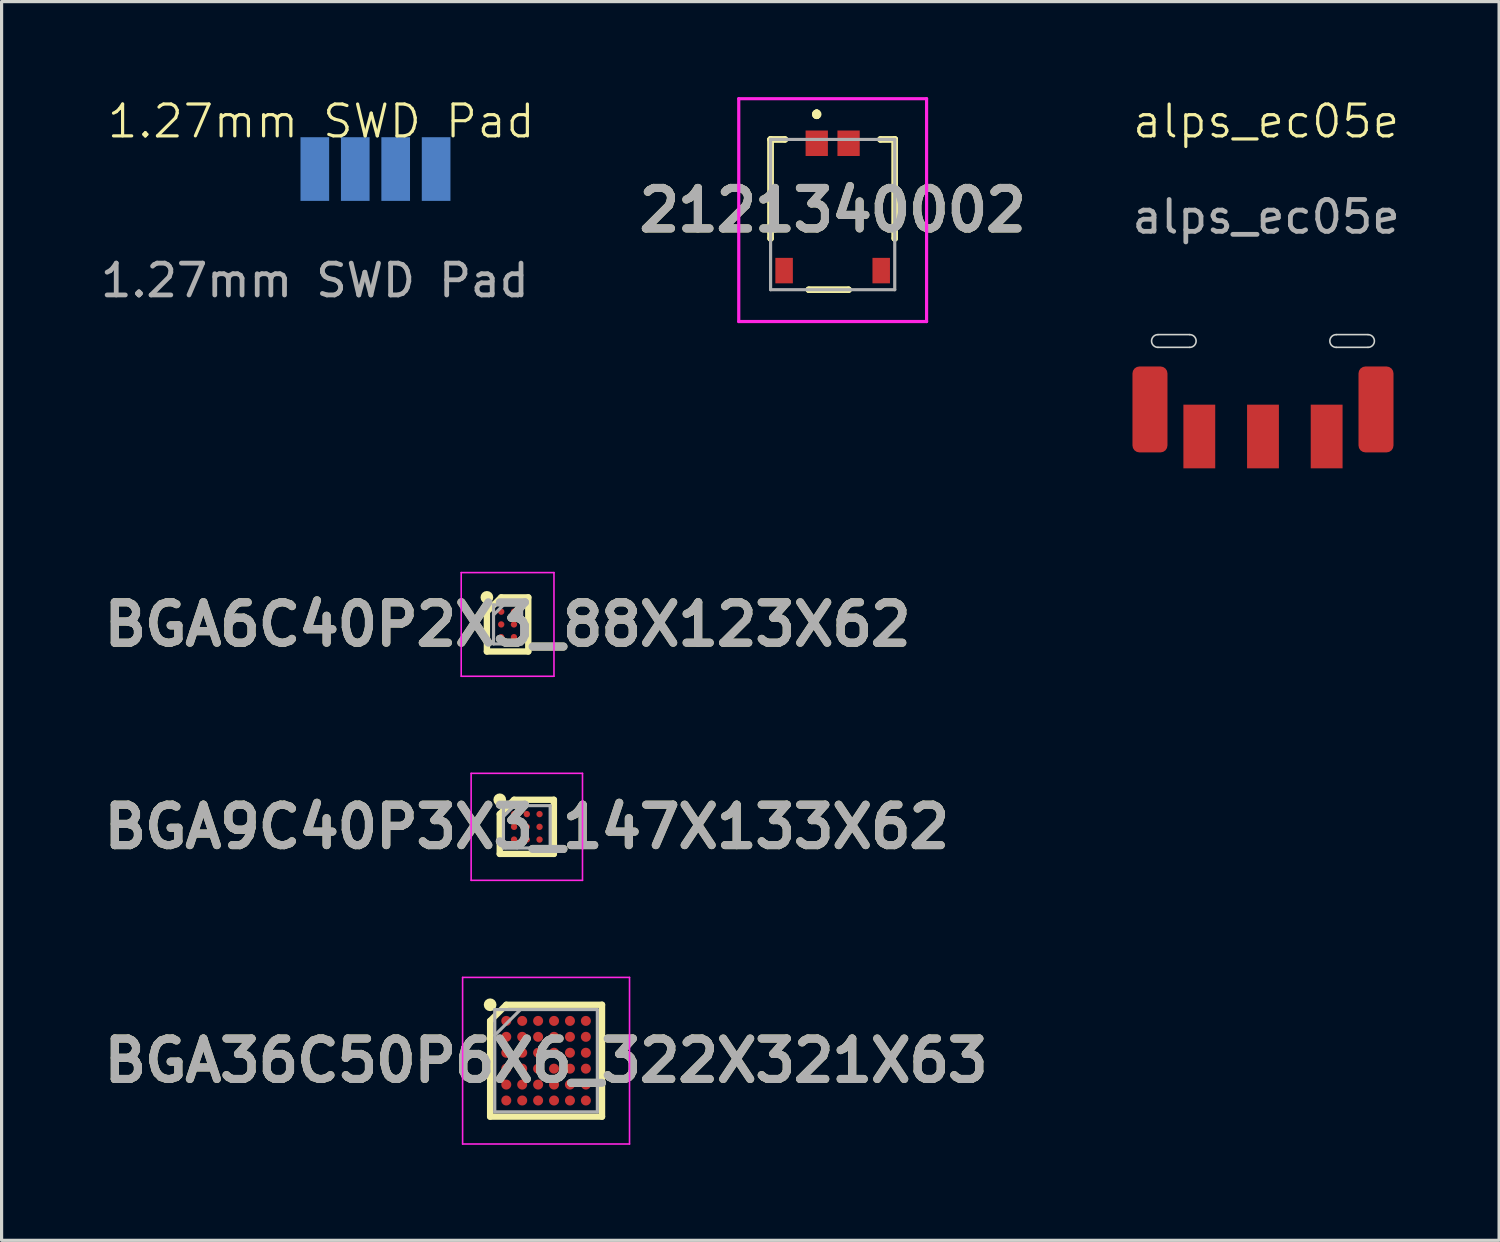
<source format=kicad_pcb>
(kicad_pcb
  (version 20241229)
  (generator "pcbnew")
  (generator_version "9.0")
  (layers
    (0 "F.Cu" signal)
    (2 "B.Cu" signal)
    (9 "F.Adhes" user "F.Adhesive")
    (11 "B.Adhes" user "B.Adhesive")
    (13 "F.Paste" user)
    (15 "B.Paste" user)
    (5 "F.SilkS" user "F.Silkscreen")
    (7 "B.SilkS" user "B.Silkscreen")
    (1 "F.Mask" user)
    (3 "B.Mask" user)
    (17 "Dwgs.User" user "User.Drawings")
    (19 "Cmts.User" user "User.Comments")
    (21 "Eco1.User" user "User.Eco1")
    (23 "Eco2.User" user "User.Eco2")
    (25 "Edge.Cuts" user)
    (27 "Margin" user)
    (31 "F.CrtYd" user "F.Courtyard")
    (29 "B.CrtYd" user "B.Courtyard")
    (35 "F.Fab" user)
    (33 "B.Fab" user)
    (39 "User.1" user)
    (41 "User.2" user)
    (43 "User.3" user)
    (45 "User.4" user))
  (footprint "BGA36C50P6X6_322X321X63"
    (layer "F.Cu")
    (at 14.103 30.268)
    (property "Reference" "BGA36C50P6X6_322X321X63" (at 0 0 0) (layer "F.SilkS") (effects (font (size 1.27 1.27) (thickness 0.254))))
    (attr smd)
    (fp_line (start -1.757 -1.25) (end -1.25 -1.757) (stroke (width 0.2) (type solid)) (layer "F.SilkS"))
    (fp_line (start -1.757 1.757) (end -1.757 -1.25) (stroke (width 0.2) (type solid)) (layer "F.SilkS"))
    (fp_line (start -1.25 -1.757) (end 1.757 -1.757) (stroke (width 0.2) (type solid)) (layer "F.SilkS"))
    (fp_line (start 1.757 -1.757) (end 1.757 1.757) (stroke (width 0.2) (type solid)) (layer "F.SilkS"))
    (fp_line (start 1.757 1.757) (end -1.757 1.757) (stroke (width 0.2) (type solid)) (layer "F.SilkS"))
    (fp_circle (center -1.757 -1.757) (end -1.757 -1.657) (stroke (width 0.2) (type solid)) (fill no) (layer "F.SilkS"))
    (fp_line (start -2.622 -2.616) (end 2.621 -2.616) (stroke (width 0.05) (type solid)) (layer "F.CrtYd"))
    (fp_line (start -2.622 2.617) (end -2.622 -2.616) (stroke (width 0.05) (type solid)) (layer "F.CrtYd"))
    (fp_line (start 2.621 -2.616) (end 2.621 2.617) (stroke (width 0.05) (type solid)) (layer "F.CrtYd"))
    (fp_line (start 2.621 2.617) (end -2.622 2.617) (stroke (width 0.05) (type solid)) (layer "F.CrtYd"))
    (fp_line (start -1.612 -1.606) (end 1.611 -1.606) (stroke (width 0.1) (type solid)) (layer "F.Fab"))
    (fp_line (start -1.612 -0.798) (end -0.804 -1.606) (stroke (width 0.1) (type solid)) (layer "F.Fab"))
    (fp_line (start -1.612 1.607) (end -1.612 -1.606) (stroke (width 0.1) (type solid)) (layer "F.Fab"))
    (fp_line (start 1.611 -1.606) (end 1.611 1.607) (stroke (width 0.1) (type solid)) (layer "F.Fab"))
    (fp_line (start 1.611 1.607) (end -1.612 1.607) (stroke (width 0.1) (type solid)) (layer "F.Fab"))
    (fp_text user "${REFERENCE}" (at 0 0 0) (layer "F.Fab") (effects (font (size 1.27 1.27) (thickness 0.254))))
    (pad "A1" smd circle (at -1.25 -1.25 90) (size 0.314 0.314) (layers "F.Cu" "F.Mask" "F.Paste"))
    (pad "A2" smd circle (at -0.75 -1.25 90) (size 0.314 0.314) (layers "F.Cu" "F.Mask" "F.Paste"))
    (pad "A3" smd circle (at -0.25 -1.25 90) (size 0.314 0.314) (layers "F.Cu" "F.Mask" "F.Paste"))
    (pad "A4" smd circle (at 0.25 -1.25 90) (size 0.314 0.314) (layers "F.Cu" "F.Mask" "F.Paste"))
    (pad "A5" smd circle (at 0.75 -1.25 90) (size 0.314 0.314) (layers "F.Cu" "F.Mask" "F.Paste"))
    (pad "A6" smd circle (at 1.25 -1.25 90) (size 0.314 0.314) (layers "F.Cu" "F.Mask" "F.Paste"))
    (pad "B1" smd circle (at -1.25 -0.75 90) (size 0.314 0.314) (layers "F.Cu" "F.Mask" "F.Paste"))
    (pad "B2" smd circle (at -0.75 -0.75 90) (size 0.314 0.314) (layers "F.Cu" "F.Mask" "F.Paste"))
    (pad "B3" smd circle (at -0.25 -0.75 90) (size 0.314 0.314) (layers "F.Cu" "F.Mask" "F.Paste"))
    (pad "B4" smd circle (at 0.25 -0.75 90) (size 0.314 0.314) (layers "F.Cu" "F.Mask" "F.Paste"))
    (pad "B5" smd circle (at 0.75 -0.75 90) (size 0.314 0.314) (layers "F.Cu" "F.Mask" "F.Paste"))
    (pad "B6" smd circle (at 1.25 -0.75 90) (size 0.314 0.314) (layers "F.Cu" "F.Mask" "F.Paste"))
    (pad "C1" smd circle (at -1.25 -0.25 90) (size 0.314 0.314) (layers "F.Cu" "F.Mask" "F.Paste"))
    (pad "C2" smd circle (at -0.75 -0.25 90) (size 0.314 0.314) (layers "F.Cu" "F.Mask" "F.Paste"))
    (pad "C3" smd circle (at -0.25 -0.25 90) (size 0.314 0.314) (layers "F.Cu" "F.Mask" "F.Paste"))
    (pad "C4" smd circle (at 0.25 -0.25 90) (size 0.314 0.314) (layers "F.Cu" "F.Mask" "F.Paste"))
    (pad "C5" smd circle (at 0.75 -0.25 90) (size 0.314 0.314) (layers "F.Cu" "F.Mask" "F.Paste"))
    (pad "C6" smd circle (at 1.25 -0.25 90) (size 0.314 0.314) (layers "F.Cu" "F.Mask" "F.Paste"))
    (pad "D1" smd circle (at -1.25 0.25 90) (size 0.314 0.314) (layers "F.Cu" "F.Mask" "F.Paste"))
    (pad "D2" smd circle (at -0.75 0.25 90) (size 0.314 0.314) (layers "F.Cu" "F.Mask" "F.Paste"))
    (pad "D3" smd circle (at -0.25 0.25 90) (size 0.314 0.314) (layers "F.Cu" "F.Mask" "F.Paste"))
    (pad "D4" smd circle (at 0.25 0.25 90) (size 0.314 0.314) (layers "F.Cu" "F.Mask" "F.Paste"))
    (pad "D5" smd circle (at 0.75 0.25 90) (size 0.314 0.314) (layers "F.Cu" "F.Mask" "F.Paste"))
    (pad "D6" smd circle (at 1.25 0.25 90) (size 0.314 0.314) (layers "F.Cu" "F.Mask" "F.Paste"))
    (pad "E1" smd circle (at -1.25 0.75 90) (size 0.314 0.314) (layers "F.Cu" "F.Mask" "F.Paste"))
    (pad "E2" smd circle (at -0.75 0.75 90) (size 0.314 0.314) (layers "F.Cu" "F.Mask" "F.Paste"))
    (pad "E3" smd circle (at -0.25 0.75 90) (size 0.314 0.314) (layers "F.Cu" "F.Mask" "F.Paste"))
    (pad "E4" smd circle (at 0.25 0.75 90) (size 0.314 0.314) (layers "F.Cu" "F.Mask" "F.Paste"))
    (pad "E5" smd circle (at 0.75 0.75 90) (size 0.314 0.314) (layers "F.Cu" "F.Mask" "F.Paste"))
    (pad "E6" smd circle (at 1.25 0.75 90) (size 0.314 0.314) (layers "F.Cu" "F.Mask" "F.Paste"))
    (pad "F1" smd circle (at -1.25 1.25 90) (size 0.314 0.314) (layers "F.Cu" "F.Mask" "F.Paste"))
    (pad "F2" smd circle (at -0.75 1.25 90) (size 0.314 0.314) (layers "F.Cu" "F.Mask" "F.Paste"))
    (pad "F3" smd circle (at -0.25 1.25 90) (size 0.314 0.314) (layers "F.Cu" "F.Mask" "F.Paste"))
    (pad "F4" smd circle (at 0.25 1.25 90) (size 0.314 0.314) (layers "F.Cu" "F.Mask" "F.Paste"))
    (pad "F5" smd circle (at 0.75 1.25 90) (size 0.314 0.314) (layers "F.Cu" "F.Mask" "F.Paste"))
    (pad "F6" smd circle (at 1.25 1.25 90) (size 0.314 0.314) (layers "F.Cu" "F.Mask" "F.Paste")))
  (footprint "BGA9C40P3X3_147X133X62"
    (layer "F.Cu")
    (at 13.498 22.922)
    (property "Reference" "BGA9C40P3X3_147X133X62" (at 0 0 0) (layer "F.SilkS") (effects (font (size 1.27 1.27) (thickness 0.254))))
    (attr smd)
    (fp_line (start -0.85 -0.4) (end -0.4 -0.85) (stroke (width 0.2) (type solid)) (layer "F.SilkS"))
    (fp_line (start -0.85 0.85) (end -0.85 -0.4) (stroke (width 0.2) (type solid)) (layer "F.SilkS"))
    (fp_line (start -0.4 -0.85) (end 0.85 -0.85) (stroke (width 0.2) (type solid)) (layer "F.SilkS"))
    (fp_line (start 0.85 -0.85) (end 0.85 0.85) (stroke (width 0.2) (type solid)) (layer "F.SilkS"))
    (fp_line (start 0.85 0.85) (end -0.85 0.85) (stroke (width 0.2) (type solid)) (layer "F.SilkS"))
    (fp_circle (center -0.85 -0.85) (end -0.85 -0.75) (stroke (width 0.2) (type solid)) (fill no) (layer "F.SilkS"))
    (fp_line (start -1.749 -1.68) (end 1.749 -1.68) (stroke (width 0.05) (type solid)) (layer "F.CrtYd"))
    (fp_line (start -1.749 1.681) (end -1.749 -1.68) (stroke (width 0.05) (type solid)) (layer "F.CrtYd"))
    (fp_line (start 1.749 -1.68) (end 1.749 1.681) (stroke (width 0.05) (type solid)) (layer "F.CrtYd"))
    (fp_line (start 1.749 1.681) (end -1.749 1.681) (stroke (width 0.05) (type solid)) (layer "F.CrtYd"))
    (fp_line (start -0.734 -0.666) (end 0.734 -0.666) (stroke (width 0.1) (type solid)) (layer "F.Fab"))
    (fp_line (start -0.734 -0.325) (end -0.394 -0.665) (stroke (width 0.1) (type solid)) (layer "F.Fab"))
    (fp_line (start -0.734 0.665) (end -0.734 -0.666) (stroke (width 0.1) (type solid)) (layer "F.Fab"))
    (fp_line (start 0.734 -0.666) (end 0.734 0.665) (stroke (width 0.1) (type solid)) (layer "F.Fab"))
    (fp_line (start 0.734 0.665) (end -0.734 0.665) (stroke (width 0.1) (type solid)) (layer "F.Fab"))
    (fp_text user "${REFERENCE}" (at 0 0 0) (layer "F.Fab") (effects (font (size 1.27 1.27) (thickness 0.254))))
    (pad "A1" smd circle (at -0.4 -0.4 90) (size 0.2 0.2) (layers "F.Cu" "F.Mask" "F.Paste"))
    (pad "A2" smd circle (at 0 -0.4 90) (size 0.2 0.2) (layers "F.Cu" "F.Mask" "F.Paste"))
    (pad "A3" smd circle (at 0.4 -0.4 90) (size 0.2 0.2) (layers "F.Cu" "F.Mask" "F.Paste"))
    (pad "B1" smd circle (at -0.4 0 90) (size 0.2 0.2) (layers "F.Cu" "F.Mask" "F.Paste"))
    (pad "B2" smd circle (at 0 0 90) (size 0.2 0.2) (layers "F.Cu" "F.Mask" "F.Paste"))
    (pad "B3" smd circle (at 0.4 0 90) (size 0.2 0.2) (layers "F.Cu" "F.Mask" "F.Paste"))
    (pad "C1" smd circle (at -0.4 0.4 90) (size 0.2 0.2) (layers "F.Cu" "F.Mask" "F.Paste"))
    (pad "C2" smd circle (at 0 0.4 90) (size 0.2 0.2) (layers "F.Cu" "F.Mask" "F.Paste"))
    (pad "C3" smd circle (at 0.4 0.4 90) (size 0.2 0.2) (layers "F.Cu" "F.Mask" "F.Paste")))
  (footprint "1.27mm SWD Pad"
    (layer "F.Cu")
    (at 6.839 3.26)
    (property "Reference" "1.27mm SWD Pad" (at 0.2 -2.5 0) (unlocked yes) (layer "F.SilkS") (effects (font (size 1 1) (thickness 0.1))))
    (attr smd)
    (fp_text user "${REFERENCE}" (at 0 2.5 0) (unlocked yes) (layer "F.Fab") (effects (font (size 1 1) (thickness 0.15))))
    (pad "1" smd rect (at 0 -1) (size 0.9 2) (layers "B.Cu" "B.Mask" "B.Paste"))
    (pad "2" smd rect (at 1.27 -1) (size 0.9 2) (layers "B.Cu" "B.Mask" "B.Paste"))
    (pad "3" smd rect (at 2.54 -1) (size 0.9 2) (layers "B.Cu" "B.Mask" "B.Paste"))
    (pad "4" smd rect (at 3.81 -1) (size 0.9 2) (layers "B.Cu" "B.Mask" "B.Paste")))
  (footprint "alps_ec05e"
    (layer "F.Cu")
    (at 36.622 11.661)
    (property "Reference" "alps_ec05e" (at 0.1 -10.9 0) (unlocked yes) (layer "F.SilkS") (effects (font (size 1 1) (thickness 0.1))))
    (attr smd)
    (fp_line (start -3.3 -4.2) (end -2.3 -4.2) (stroke (width 0.05) (type default)) (layer "Edge.Cuts"))
    (fp_line (start -3.3 -3.8) (end -2.3 -3.8) (stroke (width 0.05) (type default)) (layer "Edge.Cuts"))
    (fp_line (start 3.3 -4.2) (end 2.3 -4.2) (stroke (width 0.05) (type default)) (layer "Edge.Cuts"))
    (fp_line (start 3.3 -3.8) (end 2.3 -3.8) (stroke (width 0.05) (type default)) (layer "Edge.Cuts"))
    (fp_arc (start -3.3 -3.8) (mid -3.5 -4) (end -3.3 -4.2) (stroke (width 0.05) (type default)) (layer "Edge.Cuts"))
    (fp_arc (start -2.3 -4.2) (mid -2.1 -4) (end -2.3 -3.8) (stroke (width 0.05) (type default)) (layer "Edge.Cuts"))
    (fp_arc (start 2.3 -3.8) (mid 2.1 -4) (end 2.3 -4.2) (stroke (width 0.05) (type default)) (layer "Edge.Cuts"))
    (fp_arc (start 3.3 -4.2) (mid 3.5 -4) (end 3.3 -3.8) (stroke (width 0.05) (type default)) (layer "Edge.Cuts"))
    (fp_text user "${REFERENCE}" (at 0.1 -7.9 0) (unlocked yes) (layer "F.Fab") (effects (font (size 1 1) (thickness 0.15))))
    (pad "4" smd roundrect (at -3.55 -1.85) (size 1.1 2.7) (layers "F.Cu" "F.Mask" "F.Paste") (roundrect_rratio 0.2))
    (pad "5" smd roundrect (at 3.55 -1.85) (size 1.1 2.7) (layers "F.Cu" "F.Mask" "F.Paste") (roundrect_rratio 0.2))
    (pad "A" smd rect (at -2 -1) (size 1 2) (layers "F.Cu" "F.Mask" "F.Paste"))
    (pad "B" smd rect (at 2 -1) (size 1 2) (layers "F.Cu" "F.Mask" "F.Paste"))
    (pad "C" smd rect (at 0 -1) (size 1 2) (layers "F.Cu" "F.Mask" "F.Paste")))
  (footprint "2121340002"
    (layer "F.Cu")
    (at 23.105 3.69)
    (property "Reference" "2121340002" (at 0 -0.14 0) (layer "F.SilkS") (effects (font (size 1.27 1.27) (thickness 0.254))))
    (attr smd)
    (fp_line (start -1.95 -2.36) (end -1.95 -2.36) (stroke (width 0.2) (type solid)) (layer "F.SilkS"))
    (fp_line (start -1.95 -2.36) (end -1.95 -2.36) (stroke (width 0.2) (type solid)) (layer "F.SilkS"))
    (fp_line (start -1.95 -2.36) (end -1.95 0.75) (stroke (width 0.2) (type solid)) (layer "F.SilkS"))
    (fp_line (start -1.95 -2.36) (end -1.5 -2.36) (stroke (width 0.2) (type solid)) (layer "F.SilkS"))
    (fp_line (start -1.95 0.75) (end -1.95 -2.36) (stroke (width 0.2) (type solid)) (layer "F.SilkS"))
    (fp_line (start -1.95 0.75) (end -1.95 0.75) (stroke (width 0.2) (type solid)) (layer "F.SilkS"))
    (fp_line (start -1.5 -2.36) (end -1.95 -2.36) (stroke (width 0.2) (type solid)) (layer "F.SilkS"))
    (fp_line (start -1.5 -2.36) (end -1.5 -2.36) (stroke (width 0.2) (type solid)) (layer "F.SilkS"))
    (fp_line (start -0.75 2.36) (end -0.75 2.36) (stroke (width 0.2) (type solid)) (layer "F.SilkS"))
    (fp_line (start -0.75 2.36) (end 0.5 2.36) (stroke (width 0.2) (type solid)) (layer "F.SilkS"))
    (fp_line (start -0.5 -3.2) (end -0.5 -3.2) (stroke (width 0.2) (type solid)) (layer "F.SilkS"))
    (fp_line (start -0.5 -3.2) (end -0.5 -3.2) (stroke (width 0.2) (type solid)) (layer "F.SilkS"))
    (fp_line (start -0.5 -3.1) (end -0.5 -3.1) (stroke (width 0.2) (type solid)) (layer "F.SilkS"))
    (fp_line (start 0.5 2.36) (end -0.75 2.36) (stroke (width 0.2) (type solid)) (layer "F.SilkS"))
    (fp_line (start 0.5 2.36) (end 0.5 2.36) (stroke (width 0.2) (type solid)) (layer "F.SilkS"))
    (fp_line (start 1.5 -2.36) (end 1.5 -2.36) (stroke (width 0.2) (type solid)) (layer "F.SilkS"))
    (fp_line (start 1.5 -2.36) (end 1.95 -2.36) (stroke (width 0.2) (type solid)) (layer "F.SilkS"))
    (fp_line (start 1.95 -2.36) (end 1.5 -2.36) (stroke (width 0.2) (type solid)) (layer "F.SilkS"))
    (fp_line (start 1.95 -2.36) (end 1.95 -2.36) (stroke (width 0.2) (type solid)) (layer "F.SilkS"))
    (fp_line (start 1.95 -2.36) (end 1.95 -2.36) (stroke (width 0.2) (type solid)) (layer "F.SilkS"))
    (fp_line (start 1.95 -2.36) (end 1.95 0.75) (stroke (width 0.2) (type solid)) (layer "F.SilkS"))
    (fp_line (start 1.95 0.75) (end 1.95 -2.36) (stroke (width 0.2) (type solid)) (layer "F.SilkS"))
    (fp_line (start 1.95 0.75) (end 1.95 0.75) (stroke (width 0.2) (type solid)) (layer "F.SilkS"))
    (fp_arc (start -0.5 -3.2) (mid -0.45 -3.15) (end -0.5 -3.1) (stroke (width 0.2) (type solid)) (layer "F.SilkS"))
    (fp_arc (start -0.5 -3.1) (mid -0.55 -3.15) (end -0.5 -3.2) (stroke (width 0.2) (type solid)) (layer "F.SilkS"))
    (fp_arc (start -0.5 -3.1) (mid -0.55 -3.15) (end -0.5 -3.2) (stroke (width 0.2) (type solid)) (layer "F.SilkS"))
    (fp_line (start -2.95 -3.64) (end 2.95 -3.64) (stroke (width 0.1) (type solid)) (layer "F.CrtYd"))
    (fp_line (start -2.95 3.36) (end -2.95 -3.64) (stroke (width 0.1) (type solid)) (layer "F.CrtYd"))
    (fp_line (start 2.95 -3.64) (end 2.95 3.36) (stroke (width 0.1) (type solid)) (layer "F.CrtYd"))
    (fp_line (start 2.95 3.36) (end -2.95 3.36) (stroke (width 0.1) (type solid)) (layer "F.CrtYd"))
    (fp_line (start -1.95 -2.36) (end -1.95 2.36) (stroke (width 0.1) (type solid)) (layer "F.Fab"))
    (fp_line (start -1.95 2.36) (end 1.95 2.36) (stroke (width 0.1) (type solid)) (layer "F.Fab"))
    (fp_line (start 1.95 -2.36) (end -1.95 -2.36) (stroke (width 0.1) (type solid)) (layer "F.Fab"))
    (fp_line (start 1.95 2.36) (end 1.95 -2.36) (stroke (width 0.1) (type solid)) (layer "F.Fab"))
    (fp_text user "${REFERENCE}" (at 0 -0.14 0) (layer "F.Fab") (effects (font (size 1.27 1.27) (thickness 0.254))))
    (pad "1" smd rect (at -0.5 -2.24) (size 0.7 0.8) (layers "F.Cu" "F.Mask" "F.Paste"))
    (pad "2" smd rect (at 0.5 -2.24) (size 0.7 0.8) (layers "F.Cu" "F.Mask" "F.Paste"))
    (pad "MP1" smd rect (at -1.525 1.76) (size 0.55 0.8) (layers "F.Cu" "F.Mask" "F.Paste"))
    (pad "MP2" smd rect (at 1.525 1.76) (size 0.55 0.8) (layers "F.Cu" "F.Mask" "F.Paste")))
  (footprint "BGA6C40P2X3_88X123X62"
    (layer "F.Cu")
    (at 12.894 16.564)
    (property "Reference" "BGA6C40P2X3_88X123X62" (at 0 0 0) (layer "F.SilkS") (effects (font (size 1.27 1.27) (thickness 0.254))))
    (attr smd)
    (fp_line (start -0.65 -0.4) (end -0.2 -0.85) (stroke (width 0.2) (type solid)) (layer "F.SilkS"))
    (fp_line (start -0.65 0.85) (end -0.65 -0.4) (stroke (width 0.2) (type solid)) (layer "F.SilkS"))
    (fp_line (start -0.2 -0.85) (end 0.65 -0.85) (stroke (width 0.2) (type solid)) (layer "F.SilkS"))
    (fp_line (start 0.65 -0.85) (end 0.65 0.85) (stroke (width 0.2) (type solid)) (layer "F.SilkS"))
    (fp_line (start 0.65 0.85) (end -0.65 0.85) (stroke (width 0.2) (type solid)) (layer "F.SilkS"))
    (fp_circle (center -0.65 -0.85) (end -0.65 -0.75) (stroke (width 0.2) (type solid)) (fill no) (layer "F.SilkS"))
    (fp_line (start -1.457 -1.628) (end 1.457 -1.628) (stroke (width 0.05) (type solid)) (layer "F.CrtYd"))
    (fp_line (start -1.457 1.628) (end -1.457 -1.628) (stroke (width 0.05) (type solid)) (layer "F.CrtYd"))
    (fp_line (start 1.457 -1.628) (end 1.457 1.628) (stroke (width 0.05) (type solid)) (layer "F.CrtYd"))
    (fp_line (start 1.457 1.628) (end -1.457 1.628) (stroke (width 0.05) (type solid)) (layer "F.CrtYd"))
    (fp_line (start -0.442 -0.613) (end 0.442 -0.613) (stroke (width 0.1) (type solid)) (layer "F.Fab"))
    (fp_line (start -0.442 -0.299) (end -0.128 -0.613) (stroke (width 0.1) (type solid)) (layer "F.Fab"))
    (fp_line (start -0.442 0.613) (end -0.442 -0.613) (stroke (width 0.1) (type solid)) (layer "F.Fab"))
    (fp_line (start 0.442 -0.613) (end 0.442 0.613) (stroke (width 0.1) (type solid)) (layer "F.Fab"))
    (fp_line (start 0.442 0.613) (end -0.442 0.613) (stroke (width 0.1) (type solid)) (layer "F.Fab"))
    (fp_text user "${REFERENCE}" (at 0 0 0) (layer "F.Fab") (effects (font (size 1.27 1.27) (thickness 0.254))))
    (pad "A1" smd circle (at -0.2 -0.4 90) (size 0.2 0.2) (layers "F.Cu" "F.Mask" "F.Paste"))
    (pad "A2" smd circle (at 0.2 -0.4 90) (size 0.2 0.2) (layers "F.Cu" "F.Mask" "F.Paste"))
    (pad "B1" smd circle (at -0.2 0 90) (size 0.2 0.2) (layers "F.Cu" "F.Mask" "F.Paste"))
    (pad "B2" smd circle (at 0.2 0 90) (size 0.2 0.2) (layers "F.Cu" "F.Mask" "F.Paste"))
    (pad "C1" smd circle (at -0.2 0.4 90) (size 0.2 0.2) (layers "F.Cu" "F.Mask" "F.Paste"))
    (pad "C2" smd circle (at 0.2 0.4 90) (size 0.2 0.2) (layers "F.Cu" "F.Mask" "F.Paste")))
  (gr_rect
    (start -3 -3)
    (end 44.038 35.91)
    (stroke (width 0.1) (type default))
    (fill no)
    (layer "Edge.Cuts")))
</source>
